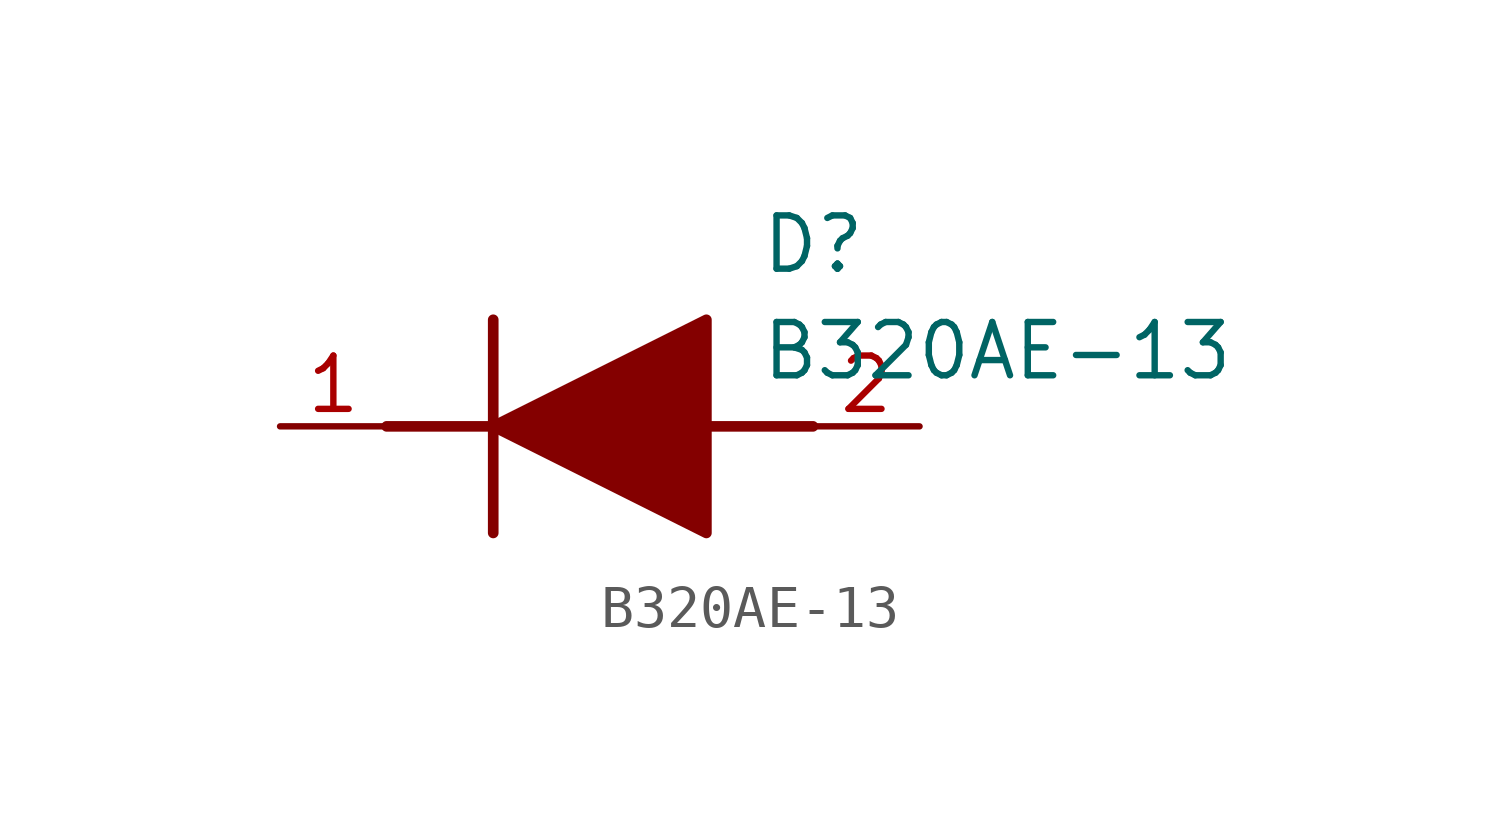
<source format=kicad_sym>
(kicad_symbol_lib
  (version 20211014)
  (generator SamacSys_ECAD_Model)
  (symbol "B320AE-13"
    (pin_names hide)
    (property "Reference" "D"
      (at 11.43 5.08 0)
      (effects (font (size 1.27 1.27)) (justify left top)))
    (property "Value" "B320AE-13"
      (at 11.43 2.54 0)
      (effects (font (size 1.27 1.27)) (justify left top)))
    (polyline
      (pts (xy 5.08 2.54) (xy 5.08 -2.54))
      (stroke (width 0.254) (type default))
      (fill (type none)))
    (polyline
      (pts (xy 2.54 0) (xy 5.08 0))
      (stroke (width 0.254) (type default))
      (fill (type none)))
    (polyline
      (pts (xy 10.16 0) (xy 12.7 0))
      (stroke (width 0.254) (type default))
      (fill (type none)))
    (polyline
      (pts (xy 5.08 0) (xy 10.16 2.54) (xy 10.16 -2.54) (xy 5.08 0))
      (stroke (width 0.254) (type default))
      (fill (type outline)))
    (pin passive line
      (at 0 0 0)
      (length 2.54)
      (name "K" (effects (font (size 1.27 1.27))))
      (number "1" (effects (font (size 1.27 1.27)))))
    (pin passive line
      (at 15.24 0 180)
      (length 2.54)
      (name "A" (effects (font (size 1.27 1.27))))
      (number "2" (effects (font (size 1.27 1.27)))))))
</source>
